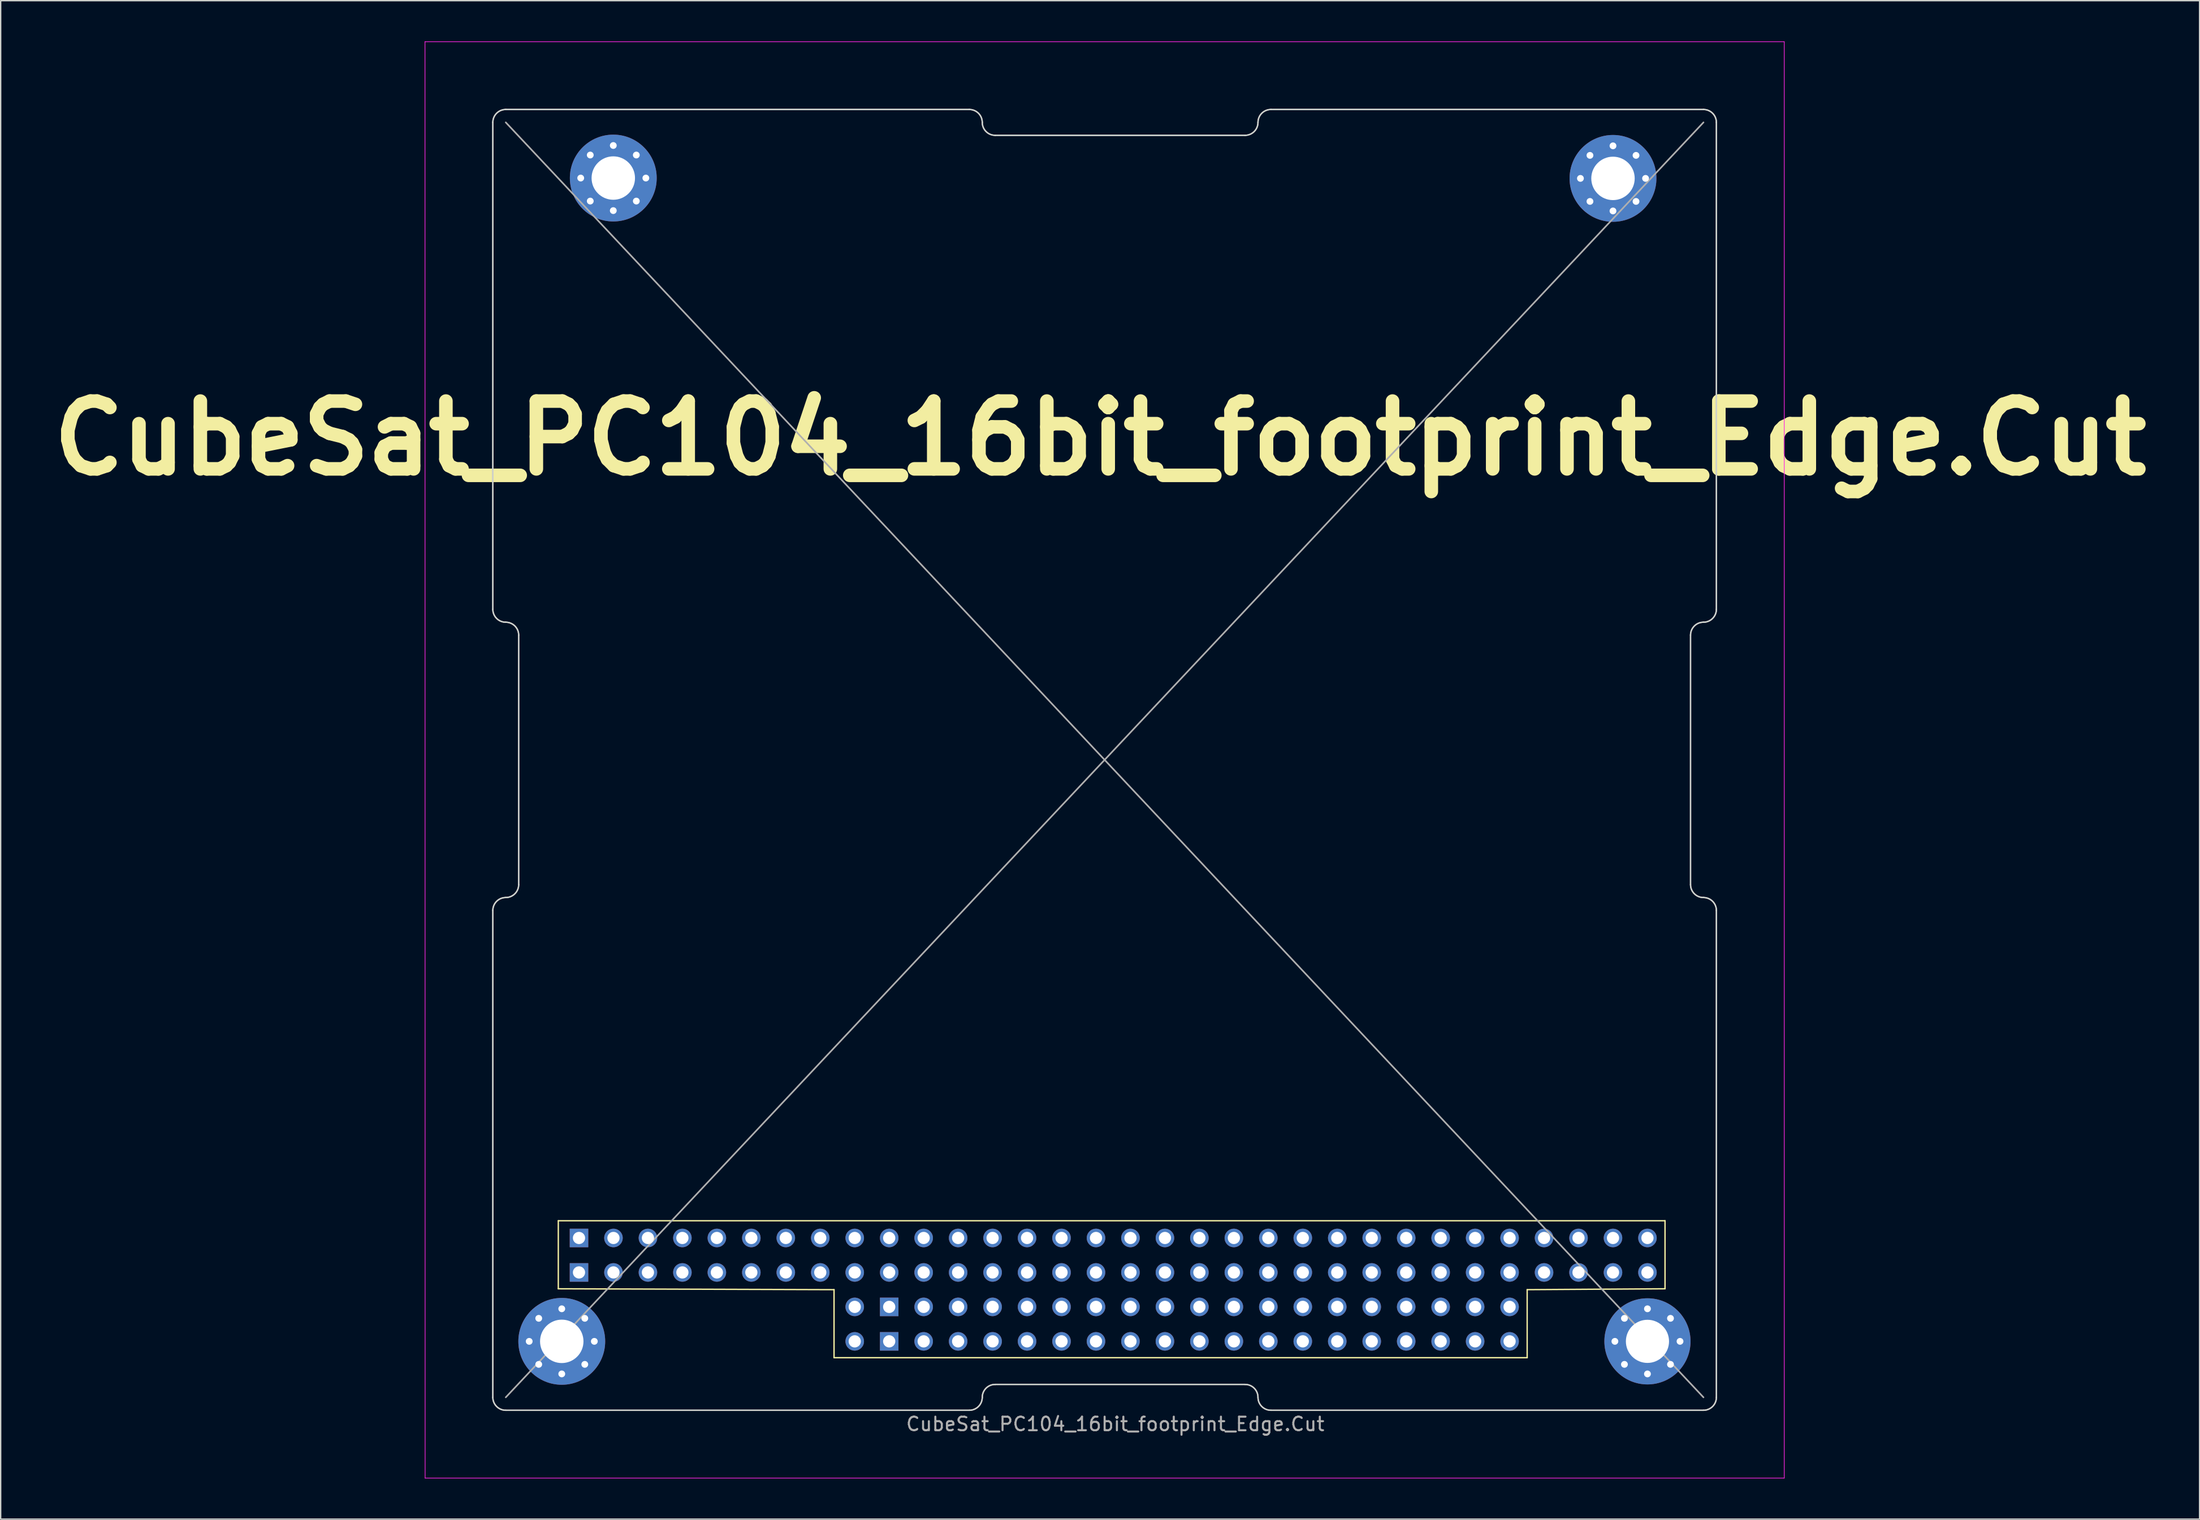
<source format=kicad_pcb>
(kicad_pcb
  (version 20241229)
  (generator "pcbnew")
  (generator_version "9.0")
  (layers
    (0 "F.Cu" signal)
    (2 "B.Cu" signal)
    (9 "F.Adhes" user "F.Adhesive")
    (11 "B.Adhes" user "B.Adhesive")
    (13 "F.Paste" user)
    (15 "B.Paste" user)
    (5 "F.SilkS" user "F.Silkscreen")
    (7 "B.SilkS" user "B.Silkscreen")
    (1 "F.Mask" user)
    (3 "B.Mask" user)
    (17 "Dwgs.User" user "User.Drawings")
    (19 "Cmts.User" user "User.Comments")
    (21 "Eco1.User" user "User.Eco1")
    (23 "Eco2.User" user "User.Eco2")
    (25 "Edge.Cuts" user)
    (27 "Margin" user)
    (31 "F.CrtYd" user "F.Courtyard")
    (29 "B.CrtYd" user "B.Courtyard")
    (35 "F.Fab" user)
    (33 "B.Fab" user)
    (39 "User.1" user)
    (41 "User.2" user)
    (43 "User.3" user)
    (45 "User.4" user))
  (footprint "CubeSat_PC104_16bit_footprint_Edge.Cut"
    (layer "F.Cu")
    (at 33.269 100.905)
    (property "Reference" "CubeSat_PC104_16bit_footprint_Edge.Cut" (at 44.755 -71.653 0) (layer "F.SilkS") (effects (font (size 5 5) (thickness 1))))
    (attr through_hole)
    (fp_line (start 4.825 -13.97) (end 4.825 -8.955) (stroke (width 0.1) (type default)) (layer "F.SilkS"))
    (fp_line (start 4.825 -8.955) (end 25.145 -8.89) (stroke (width 0.1) (type default)) (layer "F.SilkS"))
    (fp_line (start 25.145 -8.89) (end 25.145 -3.875) (stroke (width 0.1) (type default)) (layer "F.SilkS"))
    (fp_line (start 25.145 -3.875) (end 76.225 -3.875) (stroke (width 0.1) (type default)) (layer "F.SilkS"))
    (fp_line (start 76.225 -8.89) (end 76.225 -3.875) (stroke (width 0.1) (type default)) (layer "F.SilkS"))
    (fp_line (start 76.225 -8.89) (end 86.385 -8.955) (stroke (width 0.1) (type default)) (layer "F.SilkS"))
    (fp_line (start 86.385 -13.97) (end 4.825 -13.97) (stroke (width 0.1) (type default)) (layer "F.SilkS"))
    (fp_line (start 86.385 -8.955) (end 86.385 -13.97) (stroke (width 0.1) (type default)) (layer "F.SilkS"))
    (fp_line (start 0 -94.933) (end 0 -59.042) (stroke (width 0.1) (type solid)) (layer "Edge.Cuts"))
    (fp_line (start 0 -36.843) (end 0 -0.953) (stroke (width 0.1) (type solid)) (layer "Edge.Cuts"))
    (fp_line (start 0.953 -95.885) (end 35.115 -95.885) (stroke (width 0.1) (type solid)) (layer "Edge.Cuts"))
    (fp_line (start 0.953 0) (end 35.115 0) (stroke (width 0.1) (type solid)) (layer "Edge.Cuts"))
    (fp_line (start 1.905 -57.137) (end 1.905 -38.748) (stroke (width 0.1) (type solid)) (layer "Edge.Cuts"))
    (fp_line (start 37.02 -93.98) (end 55.435 -93.98) (stroke (width 0.1) (type solid)) (layer "Edge.Cuts"))
    (fp_line (start 37.02 -1.905) (end 55.435 -1.905) (stroke (width 0.1) (type solid)) (layer "Edge.Cuts"))
    (fp_line (start 57.34 -95.885) (end 89.218 -95.885) (stroke (width 0.1) (type solid)) (layer "Edge.Cuts"))
    (fp_line (start 57.34 0) (end 89.218 0) (stroke (width 0.1) (type solid)) (layer "Edge.Cuts"))
    (fp_line (start 88.265 -57.137) (end 88.265 -38.748) (stroke (width 0.1) (type solid)) (layer "Edge.Cuts"))
    (fp_line (start 90.17 -94.933) (end 90.17 -59.042) (stroke (width 0.1) (type solid)) (layer "Edge.Cuts"))
    (fp_line (start 90.17 -36.843) (end 90.17 -0.953) (stroke (width 0.1) (type solid)) (layer "Edge.Cuts"))
    (fp_arc (start 0 -94.9325) (mid 0.27898 -95.60602) (end 0.9525 -95.885) (stroke (width 0.1) (type solid)) (layer "Edge.Cuts"))
    (fp_arc (start 0 -36.8427) (mid 0.27898 -37.51622) (end 0.9525 -37.7952) (stroke (width 0.1) (type solid)) (layer "Edge.Cuts"))
    (fp_arc (start 0.9525 -58.0898) (mid 0.27898 -58.36878) (end 0 -59.0423) (stroke (width 0.1) (type solid)) (layer "Edge.Cuts"))
    (fp_arc (start 0.9525 -58.0898) (mid 1.62602 -57.81082) (end 1.905 -57.1373) (stroke (width 0.1) (type solid)) (layer "Edge.Cuts"))
    (fp_arc (start 0.9525 0) (mid 0.27898 -0.27898) (end 0 -0.9525) (stroke (width 0.1) (type solid)) (layer "Edge.Cuts"))
    (fp_arc (start 1.905 -38.7477) (mid 1.62602 -38.07418) (end 0.9525 -37.7952) (stroke (width 0.1) (type solid)) (layer "Edge.Cuts"))
    (fp_arc (start 35.1155 -95.885) (mid 35.78902 -95.60602) (end 36.068 -94.9325) (stroke (width 0.1) (type solid)) (layer "Edge.Cuts"))
    (fp_arc (start 36.068 -0.9525) (mid 35.78902 -0.27898) (end 35.1155 0) (stroke (width 0.1) (type solid)) (layer "Edge.Cuts"))
    (fp_arc (start 36.068 -0.9525) (mid 36.34698 -1.62602) (end 37.0205 -1.905) (stroke (width 0.1) (type solid)) (layer "Edge.Cuts"))
    (fp_arc (start 37.0205 -93.98) (mid 36.34698 -94.25898) (end 36.068 -94.9325) (stroke (width 0.1) (type solid)) (layer "Edge.Cuts"))
    (fp_arc (start 55.4355 -1.905) (mid 56.10902 -1.62602) (end 56.388 -0.9525) (stroke (width 0.1) (type solid)) (layer "Edge.Cuts"))
    (fp_arc (start 56.388 -94.9325) (mid 56.10902 -94.25898) (end 55.4355 -93.98) (stroke (width 0.1) (type solid)) (layer "Edge.Cuts"))
    (fp_arc (start 56.388 -94.9325) (mid 56.66698 -95.60602) (end 57.3405 -95.885) (stroke (width 0.1) (type solid)) (layer "Edge.Cuts"))
    (fp_arc (start 57.3405 0) (mid 56.66698 -0.27898) (end 56.388 -0.9525) (stroke (width 0.1) (type solid)) (layer "Edge.Cuts"))
    (fp_arc (start 88.265 -57.1373) (mid 88.54398 -57.81082) (end 89.2175 -58.0898) (stroke (width 0.1) (type solid)) (layer "Edge.Cuts"))
    (fp_arc (start 89.2175 -95.885) (mid 89.89102 -95.60602) (end 90.17 -94.9325) (stroke (width 0.1) (type solid)) (layer "Edge.Cuts"))
    (fp_arc (start 89.2175 -37.7952) (mid 88.54398 -38.07418) (end 88.265 -38.7477) (stroke (width 0.1) (type solid)) (layer "Edge.Cuts"))
    (fp_arc (start 89.2175 -37.7952) (mid 89.89102 -37.51622) (end 90.17 -36.8427) (stroke (width 0.1) (type solid)) (layer "Edge.Cuts"))
    (fp_arc (start 90.17 -59.0423) (mid 89.89102 -58.36878) (end 89.2175 -58.0898) (stroke (width 0.1) (type solid)) (layer "Edge.Cuts"))
    (fp_arc (start 90.17 -0.9525) (mid 89.89102 -0.27898) (end 89.2175 0) (stroke (width 0.1) (type solid)) (layer "Edge.Cuts"))
    (fp_line (start -5 -100.88) (end 95.17 -100.88) (stroke (width 0.05) (type solid)) (layer "F.CrtYd"))
    (fp_line (start -4.99 5) (end -5 -100.88) (stroke (width 0.05) (type solid)) (layer "F.CrtYd"))
    (fp_line (start -4.99 5) (end 95.17 5) (stroke (width 0.05) (type solid)) (layer "F.CrtYd"))
    (fp_line (start 95.17 5) (end 95.17 -100.88) (stroke (width 0.05) (type solid)) (layer "F.CrtYd"))
    (fp_line (start 0 -94.933) (end 0 -59.042) (stroke (width 0.1) (type solid)) (layer "F.Fab"))
    (fp_line (start 0 -36.843) (end 0 -0.953) (stroke (width 0.1) (type solid)) (layer "F.Fab"))
    (fp_line (start 0.953 -95.885) (end 35.115 -95.885) (stroke (width 0.1) (type solid)) (layer "F.Fab"))
    (fp_line (start 0.953 -0.953) (end 89.218 -94.933) (stroke (width 0.12) (type solid)) (layer "F.Fab"))
    (fp_line (start 0.953 0) (end 35.115 0) (stroke (width 0.1) (type solid)) (layer "F.Fab"))
    (fp_line (start 1.905 -57.137) (end 1.905 -38.748) (stroke (width 0.1) (type solid)) (layer "F.Fab"))
    (fp_line (start 37.02 -93.98) (end 55.435 -93.98) (stroke (width 0.1) (type solid)) (layer "F.Fab"))
    (fp_line (start 37.02 -1.905) (end 55.435 -1.905) (stroke (width 0.1) (type solid)) (layer "F.Fab"))
    (fp_line (start 57.34 -95.885) (end 89.218 -95.885) (stroke (width 0.1) (type solid)) (layer "F.Fab"))
    (fp_line (start 57.34 0) (end 89.218 0) (stroke (width 0.1) (type solid)) (layer "F.Fab"))
    (fp_line (start 88.265 -57.137) (end 88.265 -38.748) (stroke (width 0.1) (type solid)) (layer "F.Fab"))
    (fp_line (start 89.218 -0.953) (end 0.953 -94.933) (stroke (width 0.12) (type solid)) (layer "F.Fab"))
    (fp_line (start 90.17 -94.933) (end 90.17 -59.042) (stroke (width 0.1) (type solid)) (layer "F.Fab"))
    (fp_line (start 90.17 -36.843) (end 90.17 -0.953) (stroke (width 0.1) (type solid)) (layer "F.Fab"))
    (fp_arc (start 0 -94.9325) (mid 0.278981 -95.606019) (end 0.9525 -95.885) (stroke (width 0.1) (type solid)) (layer "F.Fab"))
    (fp_arc (start 0 -36.8427) (mid 0.278981 -37.516219) (end 0.9525 -37.7952) (stroke (width 0.1) (type solid)) (layer "F.Fab"))
    (fp_arc (start 0.9525 -58.0898) (mid 0.278981 -58.368781) (end 0 -59.0423) (stroke (width 0.1) (type solid)) (layer "F.Fab"))
    (fp_arc (start 0.9525 -58.0898) (mid 1.626019 -57.810819) (end 1.905 -57.1373) (stroke (width 0.1) (type solid)) (layer "F.Fab"))
    (fp_arc (start 0.9525 0) (mid 0.278981 -0.278981) (end 0 -0.9525) (stroke (width 0.1) (type solid)) (layer "F.Fab"))
    (fp_arc (start 1.905 -38.7477) (mid 1.626019 -38.074181) (end 0.9525 -37.7952) (stroke (width 0.1) (type solid)) (layer "F.Fab"))
    (fp_arc (start 35.1155 -95.885) (mid 35.789019 -95.606019) (end 36.068 -94.9325) (stroke (width 0.1) (type solid)) (layer "F.Fab"))
    (fp_arc (start 36.068 -0.9525) (mid 35.789019 -0.278981) (end 35.1155 0) (stroke (width 0.1) (type solid)) (layer "F.Fab"))
    (fp_arc (start 36.068 -0.9525) (mid 36.346981 -1.626019) (end 37.0205 -1.905) (stroke (width 0.1) (type solid)) (layer "F.Fab"))
    (fp_arc (start 37.0205 -93.98) (mid 36.346981 -94.258981) (end 36.068 -94.9325) (stroke (width 0.1) (type solid)) (layer "F.Fab"))
    (fp_arc (start 55.4355 -1.905) (mid 56.109019 -1.626019) (end 56.388 -0.9525) (stroke (width 0.1) (type solid)) (layer "F.Fab"))
    (fp_arc (start 56.388 -94.9325) (mid 56.109019 -94.258981) (end 55.4355 -93.98) (stroke (width 0.1) (type solid)) (layer "F.Fab"))
    (fp_arc (start 56.388 -94.9325) (mid 56.666981 -95.606019) (end 57.3405 -95.885) (stroke (width 0.1) (type solid)) (layer "F.Fab"))
    (fp_arc (start 57.3405 0) (mid 56.666981 -0.278981) (end 56.388 -0.9525) (stroke (width 0.1) (type solid)) (layer "F.Fab"))
    (fp_arc (start 88.265 -57.1373) (mid 88.543981 -57.810819) (end 89.2175 -58.0898) (stroke (width 0.1) (type solid)) (layer "F.Fab"))
    (fp_arc (start 89.2175 -95.885) (mid 89.891019 -95.606019) (end 90.17 -94.9325) (stroke (width 0.1) (type solid)) (layer "F.Fab"))
    (fp_arc (start 89.2175 -37.7952) (mid 88.543981 -38.074181) (end 88.265 -38.7477) (stroke (width 0.1) (type solid)) (layer "F.Fab"))
    (fp_arc (start 89.2175 -37.7952) (mid 89.891019 -37.516219) (end 90.17 -36.8427) (stroke (width 0.1) (type solid)) (layer "F.Fab"))
    (fp_arc (start 90.17 -59.0423) (mid 89.891019 -58.368781) (end 89.2175 -58.0898) (stroke (width 0.1) (type solid)) (layer "F.Fab"))
    (fp_arc (start 90.17 -0.9525) (mid 89.891019 -0.278981) (end 89.2175 0) (stroke (width 0.1) (type solid)) (layer "F.Fab"))
    (fp_text user "${REFERENCE}" (at 45.872 1.016 180) (layer "F.Fab") (effects (font (size 1 1) (thickness 0.15))))
    (pad "A1" thru_hole rect (at 6.35 -10.16) (size 1.365 1.365) (drill 0.9) (layers "*.Cu" "*.Mask"))
    (pad "A2" thru_hole circle (at 8.89 -10.16) (size 1.365 1.365) (drill 0.9) (layers "*.Cu" "*.Mask"))
    (pad "A3" thru_hole circle (at 11.43 -10.16) (size 1.365 1.365) (drill 0.9) (layers "*.Cu" "*.Mask"))
    (pad "A4" thru_hole circle (at 13.97 -10.16) (size 1.365 1.365) (drill 0.9) (layers "*.Cu" "*.Mask"))
    (pad "A5" thru_hole circle (at 16.51 -10.16) (size 1.365 1.365) (drill 0.9) (layers "*.Cu" "*.Mask"))
    (pad "A6" thru_hole circle (at 19.05 -10.16) (size 1.365 1.365) (drill 0.9) (layers "*.Cu" "*.Mask"))
    (pad "A7" thru_hole circle (at 21.59 -10.16) (size 1.365 1.365) (drill 0.9) (layers "*.Cu" "*.Mask"))
    (pad "A8" thru_hole circle (at 24.13 -10.16) (size 1.365 1.365) (drill 0.9) (layers "*.Cu" "*.Mask"))
    (pad "A9" thru_hole circle (at 26.67 -10.16) (size 1.365 1.365) (drill 0.9) (layers "*.Cu" "*.Mask"))
    (pad "A10" thru_hole circle (at 29.21 -10.16) (size 1.365 1.365) (drill 0.9) (layers "*.Cu" "*.Mask"))
    (pad "A11" thru_hole circle (at 31.75 -10.16) (size 1.365 1.365) (drill 0.9) (layers "*.Cu" "*.Mask"))
    (pad "A12" thru_hole circle (at 34.29 -10.16) (size 1.365 1.365) (drill 0.9) (layers "*.Cu" "*.Mask"))
    (pad "A13" thru_hole circle (at 36.83 -10.16) (size 1.365 1.365) (drill 0.9) (layers "*.Cu" "*.Mask"))
    (pad "A14" thru_hole circle (at 39.37 -10.16) (size 1.365 1.365) (drill 0.9) (layers "*.Cu" "*.Mask"))
    (pad "A15" thru_hole circle (at 41.91 -10.16) (size 1.365 1.365) (drill 0.9) (layers "*.Cu" "*.Mask"))
    (pad "A16" thru_hole circle (at 44.45 -10.16) (size 1.365 1.365) (drill 0.9) (layers "*.Cu" "*.Mask"))
    (pad "A17" thru_hole circle (at 46.99 -10.16) (size 1.365 1.365) (drill 0.9) (layers "*.Cu" "*.Mask"))
    (pad "A18" thru_hole circle (at 49.53 -10.16) (size 1.365 1.365) (drill 0.9) (layers "*.Cu" "*.Mask"))
    (pad "A19" thru_hole circle (at 52.07 -10.16) (size 1.365 1.365) (drill 0.9) (layers "*.Cu" "*.Mask"))
    (pad "A20" thru_hole circle (at 54.61 -10.16) (size 1.365 1.365) (drill 0.9) (layers "*.Cu" "*.Mask"))
    (pad "A21" thru_hole circle (at 57.15 -10.16) (size 1.365 1.365) (drill 0.9) (layers "*.Cu" "*.Mask"))
    (pad "A22" thru_hole circle (at 59.69 -10.16) (size 1.365 1.365) (drill 0.9) (layers "*.Cu" "*.Mask"))
    (pad "A23" thru_hole circle (at 62.23 -10.16) (size 1.365 1.365) (drill 0.9) (layers "*.Cu" "*.Mask"))
    (pad "A24" thru_hole circle (at 64.77 -10.16) (size 1.365 1.365) (drill 0.9) (layers "*.Cu" "*.Mask"))
    (pad "A25" thru_hole circle (at 67.31 -10.16) (size 1.365 1.365) (drill 0.9) (layers "*.Cu" "*.Mask"))
    (pad "A26" thru_hole circle (at 69.85 -10.16) (size 1.365 1.365) (drill 0.9) (layers "*.Cu" "*.Mask"))
    (pad "A27" thru_hole circle (at 72.39 -10.16) (size 1.365 1.365) (drill 0.9) (layers "*.Cu" "*.Mask"))
    (pad "A28" thru_hole circle (at 74.93 -10.16) (size 1.365 1.365) (drill 0.9) (layers "*.Cu" "*.Mask"))
    (pad "A29" thru_hole circle (at 77.47 -10.16) (size 1.365 1.365) (drill 0.9) (layers "*.Cu" "*.Mask"))
    (pad "A30" thru_hole circle (at 80.01 -10.16) (size 1.365 1.365) (drill 0.9) (layers "*.Cu" "*.Mask"))
    (pad "A31" thru_hole circle (at 82.55 -10.16) (size 1.365 1.365) (drill 0.9) (layers "*.Cu" "*.Mask"))
    (pad "A32" thru_hole circle (at 85.09 -10.16) (size 1.365 1.365) (drill 0.9) (layers "*.Cu" "*.Mask"))
    (pad "B1" thru_hole rect (at 6.35 -12.7) (size 1.365 1.365) (drill 0.9) (layers "*.Cu" "*.Mask"))
    (pad "B2" thru_hole circle (at 8.89 -12.7) (size 1.365 1.365) (drill 0.9) (layers "*.Cu" "*.Mask"))
    (pad "B3" thru_hole circle (at 11.43 -12.7) (size 1.365 1.365) (drill 0.9) (layers "*.Cu" "*.Mask"))
    (pad "B4" thru_hole circle (at 13.97 -12.7) (size 1.365 1.365) (drill 0.9) (layers "*.Cu" "*.Mask"))
    (pad "B5" thru_hole circle (at 16.51 -12.7) (size 1.365 1.365) (drill 0.9) (layers "*.Cu" "*.Mask"))
    (pad "B6" thru_hole circle (at 19.05 -12.7) (size 1.365 1.365) (drill 0.9) (layers "*.Cu" "*.Mask"))
    (pad "B7" thru_hole circle (at 21.59 -12.7) (size 1.365 1.365) (drill 0.9) (layers "*.Cu" "*.Mask"))
    (pad "B8" thru_hole circle (at 24.13 -12.7) (size 1.365 1.365) (drill 0.9) (layers "*.Cu" "*.Mask"))
    (pad "B9" thru_hole circle (at 26.67 -12.7) (size 1.365 1.365) (drill 0.9) (layers "*.Cu" "*.Mask"))
    (pad "B10" thru_hole circle (at 29.21 -12.7) (size 1.365 1.365) (drill 0.9) (layers "*.Cu" "*.Mask"))
    (pad "B11" thru_hole circle (at 31.75 -12.7) (size 1.365 1.365) (drill 0.9) (layers "*.Cu" "*.Mask"))
    (pad "B12" thru_hole circle (at 34.29 -12.7) (size 1.365 1.365) (drill 0.9) (layers "*.Cu" "*.Mask"))
    (pad "B13" thru_hole circle (at 36.83 -12.7) (size 1.365 1.365) (drill 0.9) (layers "*.Cu" "*.Mask"))
    (pad "B14" thru_hole circle (at 39.37 -12.7) (size 1.365 1.365) (drill 0.9) (layers "*.Cu" "*.Mask"))
    (pad "B15" thru_hole circle (at 41.91 -12.7) (size 1.365 1.365) (drill 0.9) (layers "*.Cu" "*.Mask"))
    (pad "B16" thru_hole circle (at 44.45 -12.7) (size 1.365 1.365) (drill 0.9) (layers "*.Cu" "*.Mask"))
    (pad "B17" thru_hole circle (at 46.99 -12.7) (size 1.365 1.365) (drill 0.9) (layers "*.Cu" "*.Mask"))
    (pad "B18" thru_hole circle (at 49.53 -12.7) (size 1.365 1.365) (drill 0.9) (layers "*.Cu" "*.Mask"))
    (pad "B19" thru_hole circle (at 52.07 -12.7) (size 1.365 1.365) (drill 0.9) (layers "*.Cu" "*.Mask"))
    (pad "B20" thru_hole circle (at 54.61 -12.7) (size 1.365 1.365) (drill 0.9) (layers "*.Cu" "*.Mask"))
    (pad "B21" thru_hole circle (at 57.15 -12.7) (size 1.365 1.365) (drill 0.9) (layers "*.Cu" "*.Mask"))
    (pad "B22" thru_hole circle (at 59.69 -12.7) (size 1.365 1.365) (drill 0.9) (layers "*.Cu" "*.Mask"))
    (pad "B23" thru_hole circle (at 62.23 -12.7) (size 1.365 1.365) (drill 0.9) (layers "*.Cu" "*.Mask"))
    (pad "B24" thru_hole circle (at 64.77 -12.7) (size 1.365 1.365) (drill 0.9) (layers "*.Cu" "*.Mask"))
    (pad "B25" thru_hole circle (at 67.31 -12.7) (size 1.365 1.365) (drill 0.9) (layers "*.Cu" "*.Mask"))
    (pad "B26" thru_hole circle (at 69.85 -12.7) (size 1.365 1.365) (drill 0.9) (layers "*.Cu" "*.Mask"))
    (pad "B27" thru_hole circle (at 72.39 -12.7) (size 1.365 1.365) (drill 0.9) (layers "*.Cu" "*.Mask"))
    (pad "B28" thru_hole circle (at 74.93 -12.7) (size 1.365 1.365) (drill 0.9) (layers "*.Cu" "*.Mask"))
    (pad "B29" thru_hole circle (at 77.47 -12.7) (size 1.365 1.365) (drill 0.9) (layers "*.Cu" "*.Mask"))
    (pad "B30" thru_hole circle (at 80.01 -12.7) (size 1.365 1.365) (drill 0.9) (layers "*.Cu" "*.Mask"))
    (pad "B31" thru_hole circle (at 82.55 -12.7) (size 1.365 1.365) (drill 0.9) (layers "*.Cu" "*.Mask"))
    (pad "B32" thru_hole circle (at 85.09 -12.7) (size 1.365 1.365) (drill 0.9) (layers "*.Cu" "*.Mask"))
    (pad "C0" thru_hole circle (at 26.67 -7.62) (size 1.365 1.365) (drill 0.9) (layers "*.Cu" "*.Mask"))
    (pad "C1" thru_hole rect (at 29.21 -7.62) (size 1.365 1.365) (drill 0.9) (layers "*.Cu" "*.Mask"))
    (pad "C2" thru_hole circle (at 31.75 -7.62) (size 1.365 1.365) (drill 0.9) (layers "*.Cu" "*.Mask"))
    (pad "C3" thru_hole circle (at 34.29 -7.62) (size 1.365 1.365) (drill 0.9) (layers "*.Cu" "*.Mask"))
    (pad "C4" thru_hole circle (at 36.83 -7.62) (size 1.365 1.365) (drill 0.9) (layers "*.Cu" "*.Mask"))
    (pad "C5" thru_hole circle (at 39.37 -7.62) (size 1.365 1.365) (drill 0.9) (layers "*.Cu" "*.Mask"))
    (pad "C6" thru_hole circle (at 41.91 -7.62) (size 1.365 1.365) (drill 0.9) (layers "*.Cu" "*.Mask"))
    (pad "C7" thru_hole circle (at 44.45 -7.62) (size 1.365 1.365) (drill 0.9) (layers "*.Cu" "*.Mask"))
    (pad "C8" thru_hole circle (at 46.99 -7.62) (size 1.365 1.365) (drill 0.9) (layers "*.Cu" "*.Mask"))
    (pad "C9" thru_hole circle (at 49.53 -7.62) (size 1.365 1.365) (drill 0.9) (layers "*.Cu" "*.Mask"))
    (pad "C10" thru_hole circle (at 52.07 -7.62) (size 1.365 1.365) (drill 0.9) (layers "*.Cu" "*.Mask"))
    (pad "C11" thru_hole circle (at 54.61 -7.62) (size 1.365 1.365) (drill 0.9) (layers "*.Cu" "*.Mask"))
    (pad "C12" thru_hole circle (at 57.15 -7.62) (size 1.365 1.365) (drill 0.9) (layers "*.Cu" "*.Mask"))
    (pad "C13" thru_hole circle (at 59.69 -7.62) (size 1.365 1.365) (drill 0.9) (layers "*.Cu" "*.Mask"))
    (pad "C14" thru_hole circle (at 62.23 -7.62) (size 1.365 1.365) (drill 0.9) (layers "*.Cu" "*.Mask"))
    (pad "C15" thru_hole circle (at 64.77 -7.62) (size 1.365 1.365) (drill 0.9) (layers "*.Cu" "*.Mask"))
    (pad "C16" thru_hole circle (at 67.31 -7.62) (size 1.365 1.365) (drill 0.9) (layers "*.Cu" "*.Mask"))
    (pad "C17" thru_hole circle (at 69.85 -7.62) (size 1.365 1.365) (drill 0.9) (layers "*.Cu" "*.Mask"))
    (pad "C18" thru_hole circle (at 72.39 -7.62) (size 1.365 1.365) (drill 0.9) (layers "*.Cu" "*.Mask"))
    (pad "C19" thru_hole circle (at 74.93 -7.62) (size 1.365 1.365) (drill 0.9) (layers "*.Cu" "*.Mask"))
    (pad "D0" thru_hole circle (at 26.67 -5.08) (size 1.365 1.365) (drill 0.9) (layers "*.Cu" "*.Mask"))
    (pad "D1" thru_hole rect (at 29.21 -5.08) (size 1.365 1.365) (drill 0.9) (layers "*.Cu" "*.Mask"))
    (pad "D2" thru_hole circle (at 31.75 -5.08) (size 1.365 1.365) (drill 0.9) (layers "*.Cu" "*.Mask"))
    (pad "D3" thru_hole circle (at 34.29 -5.08) (size 1.365 1.365) (drill 0.9) (layers "*.Cu" "*.Mask"))
    (pad "D4" thru_hole circle (at 36.83 -5.08) (size 1.365 1.365) (drill 0.9) (layers "*.Cu" "*.Mask"))
    (pad "D5" thru_hole circle (at 39.37 -5.08) (size 1.365 1.365) (drill 0.9) (layers "*.Cu" "*.Mask"))
    (pad "D6" thru_hole circle (at 41.91 -5.08) (size 1.365 1.365) (drill 0.9) (layers "*.Cu" "*.Mask"))
    (pad "D7" thru_hole circle (at 44.45 -5.08) (size 1.365 1.365) (drill 0.9) (layers "*.Cu" "*.Mask"))
    (pad "D8" thru_hole circle (at 46.99 -5.08) (size 1.365 1.365) (drill 0.9) (layers "*.Cu" "*.Mask"))
    (pad "D9" thru_hole circle (at 49.53 -5.08) (size 1.365 1.365) (drill 0.9) (layers "*.Cu" "*.Mask"))
    (pad "D10" thru_hole circle (at 52.07 -5.08) (size 1.365 1.365) (drill 0.9) (layers "*.Cu" "*.Mask"))
    (pad "D11" thru_hole circle (at 54.61 -5.08) (size 1.365 1.365) (drill 0.9) (layers "*.Cu" "*.Mask"))
    (pad "D12" thru_hole circle (at 57.15 -5.08) (size 1.365 1.365) (drill 0.9) (layers "*.Cu" "*.Mask"))
    (pad "D13" thru_hole circle (at 59.69 -5.08) (size 1.365 1.365) (drill 0.9) (layers "*.Cu" "*.Mask"))
    (pad "D14" thru_hole circle (at 62.23 -5.08) (size 1.365 1.365) (drill 0.9) (layers "*.Cu" "*.Mask"))
    (pad "D15" thru_hole circle (at 64.77 -5.08) (size 1.365 1.365) (drill 0.9) (layers "*.Cu" "*.Mask"))
    (pad "D16" thru_hole circle (at 67.31 -5.08) (size 1.365 1.365) (drill 0.9) (layers "*.Cu" "*.Mask"))
    (pad "D17" thru_hole circle (at 69.85 -5.08) (size 1.365 1.365) (drill 0.9) (layers "*.Cu" "*.Mask"))
    (pad "D18" thru_hole circle (at 72.39 -5.08) (size 1.365 1.365) (drill 0.9) (layers "*.Cu" "*.Mask"))
    (pad "D19" thru_hole circle (at 74.93 -5.08) (size 1.365 1.365) (drill 0.9) (layers "*.Cu" "*.Mask"))
    (pad "MH1" thru_hole circle (at 6.477 -90.83) (size 0.8 0.8) (drill 0.5) (layers "*.Cu" "*.Mask"))
    (pad "MH1" thru_hole circle (at 7.18 -92.527) (size 0.8 0.8) (drill 0.5) (layers "*.Cu" "*.Mask"))
    (pad "MH1" thru_hole circle (at 7.18 -89.133) (size 0.8 0.8) (drill 0.5) (layers "*.Cu" "*.Mask"))
    (pad "MH1" thru_hole circle (at 8.877 -93.23) (size 0.8 0.8) (drill 0.5) (layers "*.Cu" "*.Mask"))
    (pad "MH1" thru_hole circle (at 8.877 -90.83) (size 6.4 6.4) (drill 3.2) (layers "*.Cu" "*.Mask"))
    (pad "MH1" thru_hole circle (at 8.877 -88.43) (size 0.8 0.8) (drill 0.5) (layers "*.Cu" "*.Mask"))
    (pad "MH1" thru_hole circle (at 10.574 -92.527) (size 0.8 0.8) (drill 0.5) (layers "*.Cu" "*.Mask"))
    (pad "MH1" thru_hole circle (at 10.574 -89.133) (size 0.8 0.8) (drill 0.5) (layers "*.Cu" "*.Mask"))
    (pad "MH1" thru_hole circle (at 11.277 -90.83) (size 0.8 0.8) (drill 0.5) (layers "*.Cu" "*.Mask"))
    (pad "MH2" thru_hole circle (at 80.15 -90.805) (size 0.8 0.8) (drill 0.5) (layers "*.Cu" "*.Mask"))
    (pad "MH2" thru_hole circle (at 80.853 -92.502) (size 0.8 0.8) (drill 0.5) (layers "*.Cu" "*.Mask"))
    (pad "MH2" thru_hole circle (at 80.853 -89.108) (size 0.8 0.8) (drill 0.5) (layers "*.Cu" "*.Mask"))
    (pad "MH2" thru_hole circle (at 82.55 -93.205) (size 0.8 0.8) (drill 0.5) (layers "*.Cu" "*.Mask"))
    (pad "MH2" thru_hole circle (at 82.55 -90.805) (size 6.4 6.4) (drill 3.2) (layers "*.Cu" "*.Mask"))
    (pad "MH2" thru_hole circle (at 82.55 -88.405) (size 0.8 0.8) (drill 0.5) (layers "*.Cu" "*.Mask"))
    (pad "MH2" thru_hole circle (at 84.247 -92.502) (size 0.8 0.8) (drill 0.5) (layers "*.Cu" "*.Mask"))
    (pad "MH2" thru_hole circle (at 84.247 -89.108) (size 0.8 0.8) (drill 0.5) (layers "*.Cu" "*.Mask"))
    (pad "MH2" thru_hole circle (at 84.95 -90.805) (size 0.8 0.8) (drill 0.5) (layers "*.Cu" "*.Mask"))
    (pad "MH3" thru_hole circle (at 2.68 -5.08) (size 0.8 0.8) (drill 0.5) (layers "*.Cu" "*.Mask"))
    (pad "MH3" thru_hole circle (at 3.383 -6.777) (size 0.8 0.8) (drill 0.5) (layers "*.Cu" "*.Mask"))
    (pad "MH3" thru_hole circle (at 3.383 -3.383) (size 0.8 0.8) (drill 0.5) (layers "*.Cu" "*.Mask"))
    (pad "MH3" thru_hole circle (at 5.08 -7.48) (size 0.8 0.8) (drill 0.5) (layers "*.Cu" "*.Mask"))
    (pad "MH3" thru_hole circle (at 5.08 -5.08) (size 6.4 6.4) (drill 3.2) (layers "*.Cu" "*.Mask"))
    (pad "MH3" thru_hole circle (at 5.08 -2.68) (size 0.8 0.8) (drill 0.5) (layers "*.Cu" "*.Mask"))
    (pad "MH3" thru_hole circle (at 6.777 -6.777) (size 0.8 0.8) (drill 0.5) (layers "*.Cu" "*.Mask"))
    (pad "MH3" thru_hole circle (at 6.777 -3.383) (size 0.8 0.8) (drill 0.5) (layers "*.Cu" "*.Mask"))
    (pad "MH3" thru_hole circle (at 7.48 -5.08) (size 0.8 0.8) (drill 0.5) (layers "*.Cu" "*.Mask"))
    (pad "MH4" thru_hole circle (at 82.69 -5.08) (size 0.8 0.8) (drill 0.5) (layers "*.Cu" "*.Mask"))
    (pad "MH4" thru_hole circle (at 83.393 -6.777) (size 0.8 0.8) (drill 0.5) (layers "*.Cu" "*.Mask"))
    (pad "MH4" thru_hole circle (at 83.393 -3.383) (size 0.8 0.8) (drill 0.5) (layers "*.Cu" "*.Mask"))
    (pad "MH4" thru_hole circle (at 85.09 -7.48) (size 0.8 0.8) (drill 0.5) (layers "*.Cu" "*.Mask"))
    (pad "MH4" thru_hole circle (at 85.09 -5.08 270) (size 6.35 6.35) (drill 3.18) (layers "*.Cu" "*.Mask"))
    (pad "MH4" thru_hole circle (at 85.09 -2.68) (size 0.8 0.8) (drill 0.5) (layers "*.Cu" "*.Mask"))
    (pad "MH4" thru_hole circle (at 86.787 -6.777) (size 0.8 0.8) (drill 0.5) (layers "*.Cu" "*.Mask"))
    (pad "MH4" thru_hole circle (at 86.787 -3.383) (size 0.8 0.8) (drill 0.5) (layers "*.Cu" "*.Mask"))
    (pad "MH4" thru_hole circle (at 87.49 -5.08) (size 0.8 0.8) (drill 0.5) (layers "*.Cu" "*.Mask")))
  (gr_rect
    (start -3 -3)
    (end 159.048 108.93)
    (stroke (width 0.1) (type default))
    (fill no)
    (layer "Edge.Cuts")))
</source>
